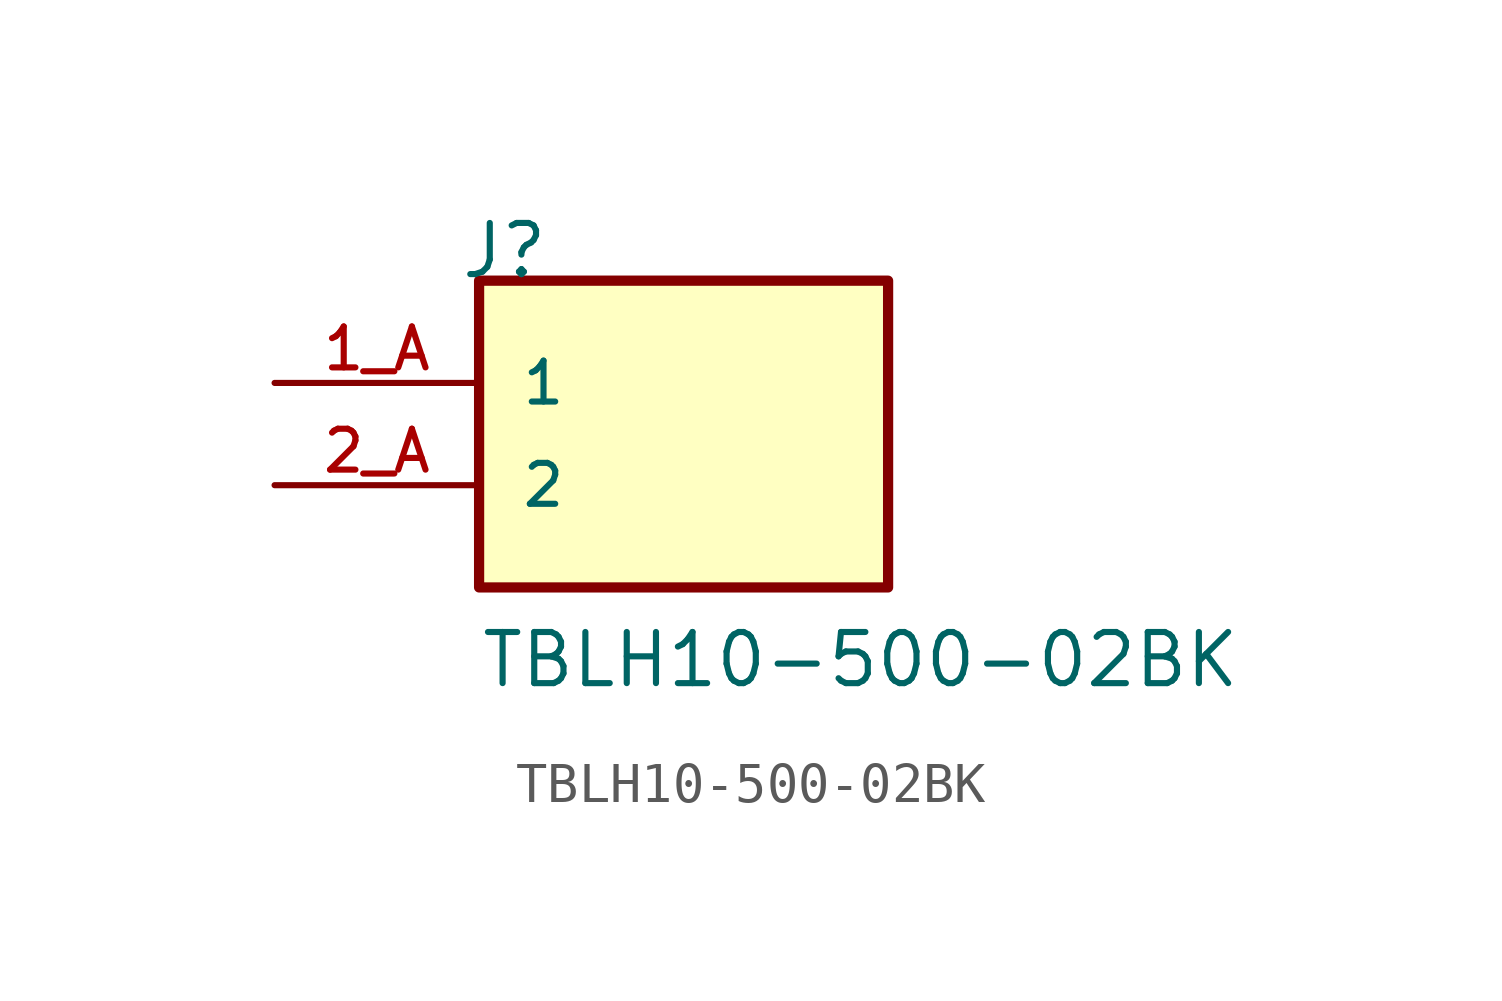
<source format=kicad_sym>
(kicad_symbol_lib
  (version 20211014)
  (generator kicad_symbol_editor)
  (symbol "TBLH10-500-02BK"
    (pin_names
      (offset 1.016))
    (property "Reference" "J"
      (at -5.58 5.08 0)
      (effects (font (size 1.27 1.27)) (justify bottom left)))
    (property "Value" "TBLH10-500-02BK"
      (at -5.08 -5.08 0)
      (effects (font (size 1.27 1.27)) (justify bottom left)))
    (symbol "TBLH10-500-02BK_0_0"
      (rectangle (start -5.08 -2.54) (end 5.08 5.08) (stroke (width 0.254)) (fill (type background)))
      (pin passive line (at -10.16 2.54 0) (length 5.08) (name "1" (effects (font (size 1.016 1.016)))) (number "1_A" (effects (font (size 1.016 1.016)))))
      (pin passive line (at -10.16 0.0 0) (length 5.08) (name "2" (effects (font (size 1.016 1.016)))) (number "2_A" (effects (font (size 1.016 1.016))))))))
</source>
